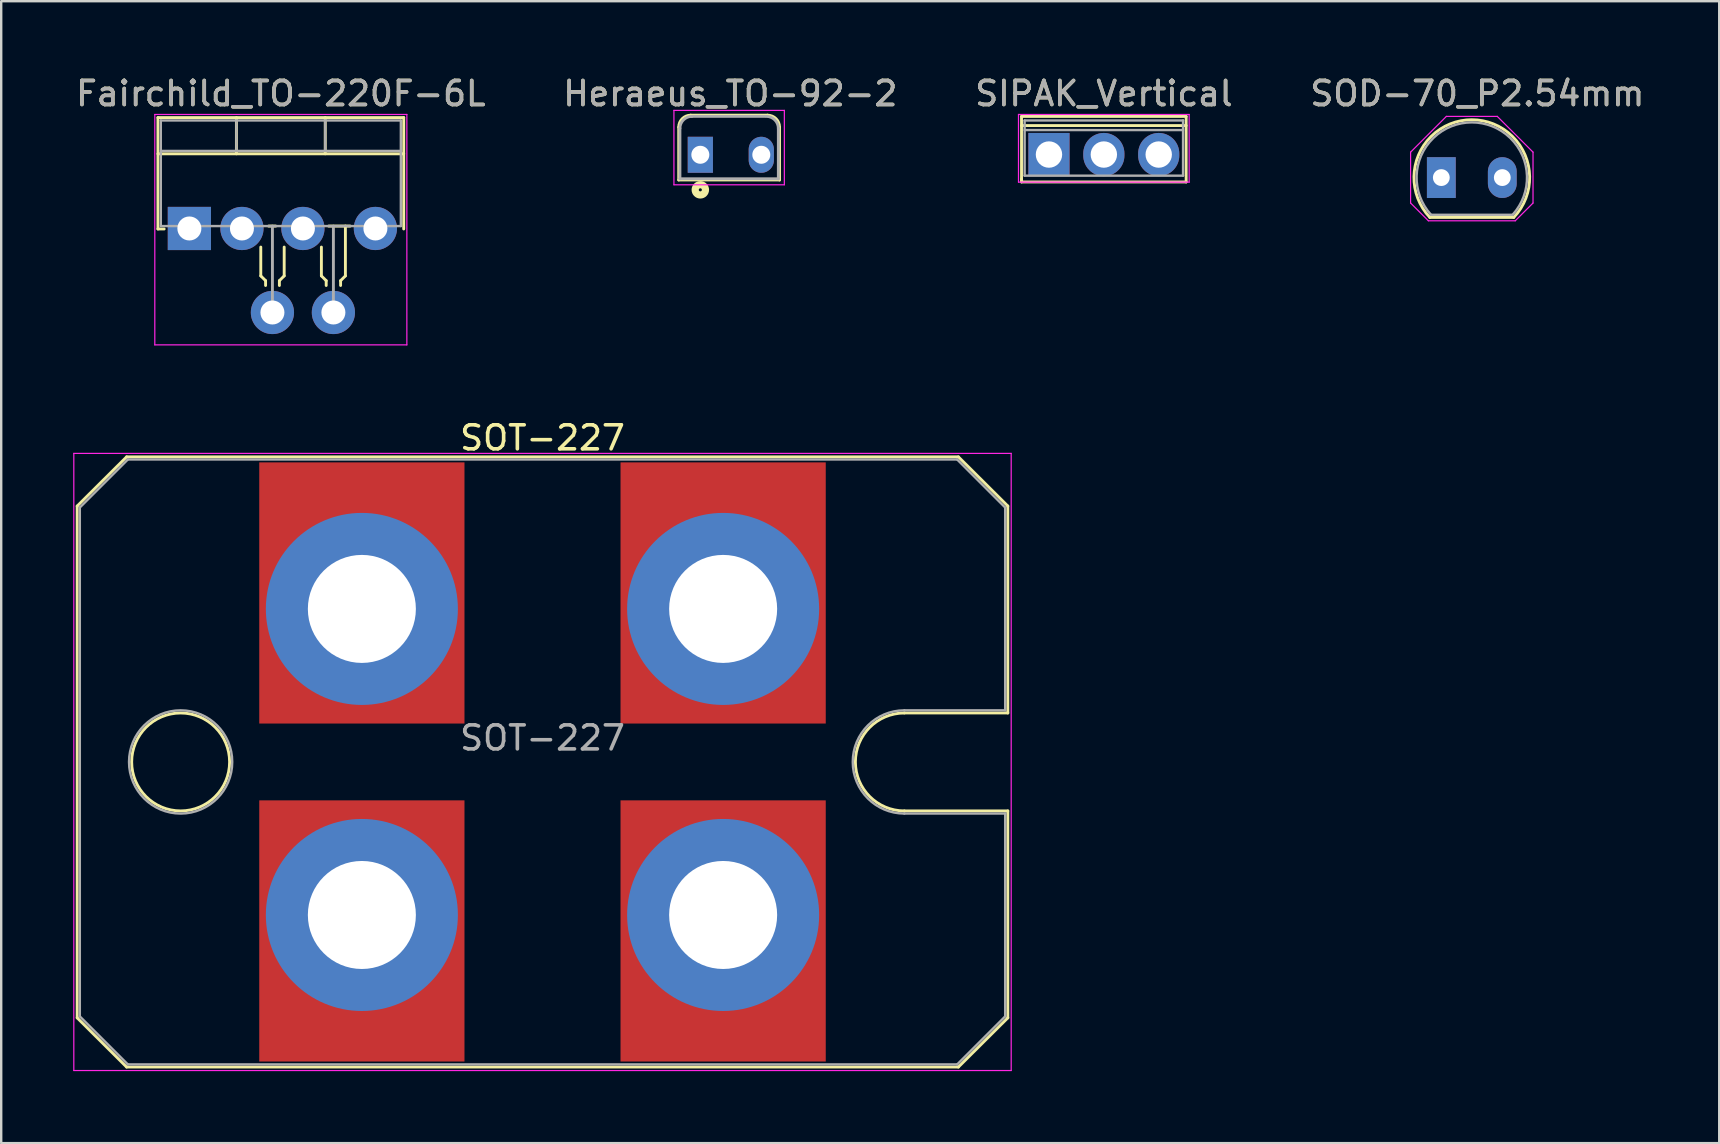
<source format=kicad_pcb>
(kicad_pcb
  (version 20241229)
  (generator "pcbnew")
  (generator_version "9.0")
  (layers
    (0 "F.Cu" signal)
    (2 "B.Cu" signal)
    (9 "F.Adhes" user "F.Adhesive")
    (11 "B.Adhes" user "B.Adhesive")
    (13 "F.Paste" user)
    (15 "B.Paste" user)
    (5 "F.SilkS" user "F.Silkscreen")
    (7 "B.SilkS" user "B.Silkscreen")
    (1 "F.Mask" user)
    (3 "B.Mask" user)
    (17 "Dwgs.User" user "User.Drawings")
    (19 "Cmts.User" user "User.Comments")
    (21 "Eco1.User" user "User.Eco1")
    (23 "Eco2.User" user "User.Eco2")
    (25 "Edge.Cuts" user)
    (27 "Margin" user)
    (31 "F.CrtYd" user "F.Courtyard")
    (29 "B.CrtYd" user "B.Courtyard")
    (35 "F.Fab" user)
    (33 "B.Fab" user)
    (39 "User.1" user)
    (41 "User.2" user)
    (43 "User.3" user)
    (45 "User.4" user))
  (footprint "Fairchild_TO-220F-6L"
    (layer "F.Cu")
    (at 4.839 6.468)
    (property "Reference" "Fairchild_TO-220F-6L" (at 3.81 -5.62 0) (layer "F.SilkS") (effects (font (size 1 1) (thickness 0.15))))
    (attr through_hole)
    (fp_line (start -1.31 -4.62) (end -1.31 0.021) (stroke (width 0.12) (type solid)) (layer "F.SilkS"))
    (fp_line (start -1.31 -4.62) (end 8.93 -4.62) (stroke (width 0.12) (type solid)) (layer "F.SilkS"))
    (fp_line (start -1.31 -3.111) (end 8.93 -3.111) (stroke (width 0.12) (type solid)) (layer "F.SilkS"))
    (fp_line (start -1.31 0.021) (end -1.05 0.021) (stroke (width 0.12) (type solid)) (layer "F.SilkS"))
    (fp_line (start 1.96 -4.62) (end 1.96 -3.111) (stroke (width 0.12) (type solid)) (layer "F.SilkS"))
    (fp_line (start 2.975 0.775) (end 2.975 1.975) (stroke (width 0.12) (type solid)) (layer "F.SilkS"))
    (fp_line (start 2.975 1.975) (end 3.175 2.175) (stroke (width 0.12) (type solid)) (layer "F.SilkS"))
    (fp_line (start 3.175 2.175) (end 3.175 2.375) (stroke (width 0.12) (type solid)) (layer "F.SilkS"))
    (fp_line (start 3.3 -0.1) (end 3.6 -0.1) (stroke (width 0.12) (type solid)) (layer "F.SilkS"))
    (fp_line (start 3.75 2.175) (end 3.75 2.375) (stroke (width 0.12) (type solid)) (layer "F.SilkS"))
    (fp_line (start 3.95 0.775) (end 3.95 1.975) (stroke (width 0.12) (type solid)) (layer "F.SilkS"))
    (fp_line (start 3.95 1.975) (end 3.75 2.175) (stroke (width 0.12) (type solid)) (layer "F.SilkS"))
    (fp_line (start 5.5 0.775) (end 5.5 1.975) (stroke (width 0.12) (type solid)) (layer "F.SilkS"))
    (fp_line (start 5.5 1.975) (end 5.7 2.175) (stroke (width 0.12) (type solid)) (layer "F.SilkS"))
    (fp_line (start 5.66 -4.62) (end 5.66 -3.111) (stroke (width 0.12) (type solid)) (layer "F.SilkS"))
    (fp_line (start 5.7 2.175) (end 5.7 2.375) (stroke (width 0.12) (type solid)) (layer "F.SilkS"))
    (fp_line (start 5.8 -0.1) (end 6.7 -0.1) (stroke (width 0.12) (type solid)) (layer "F.SilkS"))
    (fp_line (start 6.3 2.175) (end 6.3 2.375) (stroke (width 0.12) (type solid)) (layer "F.SilkS"))
    (fp_line (start 6.5 -0.1) (end 6.5 1.975) (stroke (width 0.12) (type solid)) (layer "F.SilkS"))
    (fp_line (start 6.5 1.975) (end 6.3 2.175) (stroke (width 0.12) (type solid)) (layer "F.SilkS"))
    (fp_line (start 8.93 -4.62) (end 8.93 0.021) (stroke (width 0.12) (type solid)) (layer "F.SilkS"))
    (fp_line (start -1.44 -4.75) (end -1.44 4.85) (stroke (width 0.05) (type solid)) (layer "F.CrtYd"))
    (fp_line (start -1.44 4.85) (end 9.06 4.85) (stroke (width 0.05) (type solid)) (layer "F.CrtYd"))
    (fp_line (start 9.06 -4.75) (end -1.44 -4.75) (stroke (width 0.05) (type solid)) (layer "F.CrtYd"))
    (fp_line (start 9.06 4.85) (end 9.06 -4.75) (stroke (width 0.05) (type solid)) (layer "F.CrtYd"))
    (fp_line (start -1.19 -4.5) (end -1.19 -0.1) (stroke (width 0.1) (type solid)) (layer "F.Fab"))
    (fp_line (start -1.19 -3.23) (end 8.81 -3.23) (stroke (width 0.1) (type solid)) (layer "F.Fab"))
    (fp_line (start -1.19 -0.1) (end 8.81 -0.1) (stroke (width 0.1) (type solid)) (layer "F.Fab"))
    (fp_line (start 0 -0.1) (end 0 0) (stroke (width 0.1) (type solid)) (layer "F.Fab"))
    (fp_line (start 1.96 -4.5) (end 1.96 -3.23) (stroke (width 0.1) (type solid)) (layer "F.Fab"))
    (fp_line (start 3.46 3.5) (end 3.46 -0.1) (stroke (width 0.12) (type solid)) (layer "F.Fab"))
    (fp_line (start 5.66 -4.5) (end 5.66 -3.23) (stroke (width 0.1) (type solid)) (layer "F.Fab"))
    (fp_line (start 6 3.5) (end 6 -0.1) (stroke (width 0.12) (type solid)) (layer "F.Fab"))
    (fp_line (start 8.81 -4.5) (end -1.19 -4.5) (stroke (width 0.1) (type solid)) (layer "F.Fab"))
    (fp_line (start 8.81 -0.1) (end 8.81 -4.5) (stroke (width 0.1) (type solid)) (layer "F.Fab"))
    (fp_text user "${REFERENCE}" (at 3.81 -5.62 0) (layer "F.Fab") (effects (font (size 1 1) (thickness 0.15))))
    (pad "1" thru_hole rect (at 0 0) (size 1.8 1.8) (drill 1) (layers "*.Cu" "*.Mask"))
    (pad "2" thru_hole oval (at 2.19 0) (size 1.8 1.8) (drill 1) (layers "*.Cu" "*.Mask"))
    (pad "3" thru_hole oval (at 3.46 3.5) (size 1.8 1.8) (drill 1) (layers "*.Cu" "*.Mask"))
    (pad "4" thru_hole oval (at 4.73 0) (size 1.8 1.8) (drill 1) (layers "*.Cu" "*.Mask"))
    (pad "5" thru_hole oval (at 6 3.5) (size 1.8 1.8) (drill 1) (layers "*.Cu" "*.Mask"))
    (pad "6" thru_hole oval (at 7.75 0) (size 1.8 1.8) (drill 1) (layers "*.Cu" "*.Mask")))
  (footprint "SOT-227"
    (layer "F.Cu")
    (at 12.025 22.317)
    (property "Reference" "SOT-227" (at 7.525 -7.125 0) (layer "F.SilkS") (effects (font (size 1 1) (thickness 0.15))))
    (attr through_hole)
    (fp_line (start -11.86 -4.285) (end -11.86 17.035) (stroke (width 0.12) (type solid)) (layer "F.SilkS"))
    (fp_line (start -11.86 -4.285) (end -9.8 -6.335) (stroke (width 0.12) (type solid)) (layer "F.SilkS"))
    (fp_line (start -11.86 17.035) (end -9.8 19.085) (stroke (width 0.12) (type solid)) (layer "F.SilkS"))
    (fp_line (start -9.8 -6.335) (end 24.85 -6.335) (stroke (width 0.12) (type solid)) (layer "F.SilkS"))
    (fp_line (start -9.8 19.085) (end 24.85 19.085) (stroke (width 0.12) (type solid)) (layer "F.SilkS"))
    (fp_line (start 22.6 4.335) (end 26.91 4.335) (stroke (width 0.12) (type solid)) (layer "F.SilkS"))
    (fp_line (start 22.6 8.415) (end 26.91 8.415) (stroke (width 0.12) (type solid)) (layer "F.SilkS"))
    (fp_line (start 26.91 -4.285) (end 24.85 -6.335) (stroke (width 0.12) (type solid)) (layer "F.SilkS"))
    (fp_line (start 26.91 -4.285) (end 26.91 4.335) (stroke (width 0.12) (type solid)) (layer "F.SilkS"))
    (fp_line (start 26.91 17.035) (end 24.85 19.085) (stroke (width 0.12) (type solid)) (layer "F.SilkS"))
    (fp_line (start 26.91 17.035) (end 26.91 8.415) (stroke (width 0.12) (type solid)) (layer "F.SilkS"))
    (fp_arc (start 22.6 8.415) (mid 20.56 6.375) (end 22.6 4.335) (stroke (width 0.12) (type solid)) (layer "F.SilkS"))
    (fp_circle (center -7.55 6.375) (end -5.51 6.375) (stroke (width 0.12) (type solid)) (fill no) (layer "F.SilkS"))
    (fp_line (start -12 -6.48) (end -12 19.23) (stroke (width 0.05) (type solid)) (layer "F.CrtYd"))
    (fp_line (start -12 -6.48) (end 27.05 -6.48) (stroke (width 0.05) (type solid)) (layer "F.CrtYd"))
    (fp_line (start -12 19.23) (end 27.05 19.23) (stroke (width 0.05) (type solid)) (layer "F.CrtYd"))
    (fp_line (start 27.05 -6.48) (end 27.05 19.23) (stroke (width 0.05) (type solid)) (layer "F.CrtYd"))
    (fp_line (start -11.75 -4.225) (end -9.75 -6.225) (stroke (width 0.1) (type solid)) (layer "F.Fab"))
    (fp_line (start -11.75 16.975) (end -11.75 -4.225) (stroke (width 0.1) (type solid)) (layer "F.Fab"))
    (fp_line (start -11.75 16.975) (end -9.75 18.975) (stroke (width 0.1) (type solid)) (layer "F.Fab"))
    (fp_line (start -9.75 -6.225) (end 24.8 -6.225) (stroke (width 0.1) (type solid)) (layer "F.Fab"))
    (fp_line (start 22.6 4.225) (end 26.8 4.225) (stroke (width 0.1) (type solid)) (layer "F.Fab"))
    (fp_line (start 22.6 8.525) (end 26.8 8.525) (stroke (width 0.1) (type solid)) (layer "F.Fab"))
    (fp_line (start 24.8 18.975) (end -9.75 18.975) (stroke (width 0.1) (type solid)) (layer "F.Fab"))
    (fp_line (start 26.8 -4.225) (end 24.8 -6.225) (stroke (width 0.1) (type solid)) (layer "F.Fab"))
    (fp_line (start 26.8 -4.225) (end 26.8 4.225) (stroke (width 0.1) (type solid)) (layer "F.Fab"))
    (fp_line (start 26.8 8.525) (end 26.8 16.975) (stroke (width 0.1) (type solid)) (layer "F.Fab"))
    (fp_line (start 26.8 16.975) (end 24.8 18.975) (stroke (width 0.1) (type solid)) (layer "F.Fab"))
    (fp_arc (start 22.6 8.525) (mid 20.45 6.375) (end 22.6 4.225) (stroke (width 0.1) (type solid)) (layer "F.Fab"))
    (fp_circle (center -7.55 6.375) (end -5.4 6.375) (stroke (width 0.1) (type solid)) (fill no) (layer "F.Fab"))
    (fp_text user "${REFERENCE}" (at 7.525 5.375 0) (layer "F.Fab") (effects (font (size 1 1) (thickness 0.15))))
    (pad "1" smd rect (at 0 -0.665) (size 8.55 10.88) (layers "F.Cu" "F.Mask"))
    (pad "1" thru_hole circle (at 0 0) (size 8 8) (drill 4.5) (layers "*.Cu" "*.Mask"))
    (pad "2" smd rect (at 15.05 -0.665) (size 8.55 10.88) (layers "F.Cu" "F.Mask"))
    (pad "2" thru_hole circle (at 15.05 0) (size 8 8) (drill 4.5) (layers "*.Cu" "*.Mask"))
    (pad "3" thru_hole circle (at 15.05 12.75) (size 8 8) (drill 4.5) (layers "*.Cu" "*.Mask"))
    (pad "3" smd rect (at 15.05 13.415) (size 8.55 10.88) (layers "F.Cu" "F.Mask"))
    (pad "4" thru_hole circle (at 0 12.75) (size 8 8) (drill 4.5) (layers "*.Cu" "*.Mask"))
    (pad "4" smd rect (at 0 13.415) (size 8.55 10.88) (layers "F.Cu" "F.Mask")))
  (footprint "SIPAK_Vertical"
    (layer "F.Cu")
    (at 40.649 3.388)
    (property "Reference" "SIPAK_Vertical" (at 2.286 -2.54 0) (layer "F.SilkS") (effects (font (size 1 1) (thickness 0.15))))
    (attr through_hole)
    (fp_line (start -1.143 -1.587) (end -1.143 1.016) (stroke (width 0.12) (type solid)) (layer "F.SilkS"))
    (fp_line (start -1.143 1.016) (end -1.143 1.079) (stroke (width 0.12) (type solid)) (layer "F.SilkS"))
    (fp_line (start -1.143 1.079) (end -1.143 1.143) (stroke (width 0.12) (type solid)) (layer "F.SilkS"))
    (fp_line (start -1.143 1.143) (end 5.715 1.143) (stroke (width 0.12) (type solid)) (layer "F.SilkS"))
    (fp_line (start 5.715 -1.587) (end -1.143 -1.587) (stroke (width 0.12) (type solid)) (layer "F.SilkS"))
    (fp_line (start 5.715 -1.587) (end 5.715 1.143) (stroke (width 0.12) (type solid)) (layer "F.SilkS"))
    (fp_line (start 5.715 -1.206) (end -1.143 -1.206) (stroke (width 0.12) (type solid)) (layer "F.SilkS"))
    (fp_line (start -1.27 -1.67) (end -1.27 1.15) (stroke (width 0.05) (type solid)) (layer "F.CrtYd"))
    (fp_line (start -1.27 1.15) (end 5.84 1.15) (stroke (width 0.05) (type solid)) (layer "F.CrtYd"))
    (fp_line (start 5.84 -1.67) (end -1.27 -1.67) (stroke (width 0.05) (type solid)) (layer "F.CrtYd"))
    (fp_line (start 5.84 1.15) (end 5.84 -1.67) (stroke (width 0.05) (type solid)) (layer "F.CrtYd"))
    (fp_line (start -1.014 -1.42) (end -1.014 0.88) (stroke (width 0.1) (type solid)) (layer "F.Fab"))
    (fp_line (start -1.014 -1.02) (end 5.586 -1.02) (stroke (width 0.1) (type solid)) (layer "F.Fab"))
    (fp_line (start -1.014 0.88) (end 5.586 0.88) (stroke (width 0.1) (type solid)) (layer "F.Fab"))
    (fp_line (start 5.586 -1.42) (end -1.014 -1.42) (stroke (width 0.1) (type solid)) (layer "F.Fab"))
    (fp_line (start 5.586 0.88) (end 5.586 -1.42) (stroke (width 0.1) (type solid)) (layer "F.Fab"))
    (fp_text user "${REFERENCE}" (at 2.286 -2.54 0) (layer "F.Fab") (effects (font (size 1 1) (thickness 0.15))))
    (pad "1" thru_hole rect (at 0 0) (size 1.714 1.8) (drill 1.1) (layers "*.Cu" "*.Mask"))
    (pad "2" thru_hole oval (at 2.286 0) (size 1.714 1.8) (drill 1.1) (layers "*.Cu" "*.Mask"))
    (pad "3" thru_hole oval (at 4.572 0) (size 1.714 1.8) (drill 1.1) (layers "*.Cu" "*.Mask")))
  (footprint "Heraeus_TO-92-2"
    (layer "F.Cu")
    (at 26.125 3.398)
    (property "Reference" "Heraeus_TO-92-2" (at 1.25 -2.55 0) (layer "F.SilkS") (effects (font (size 1 1) (thickness 0.15))))
    (attr through_hole)
    (fp_line (start -0.9 1.05) (end -0.9 -1.15) (stroke (width 0.12) (type solid)) (layer "F.SilkS"))
    (fp_line (start -0.4 -1.65) (end 2.8 -1.65) (stroke (width 0.12) (type solid)) (layer "F.SilkS"))
    (fp_line (start 3.3 -1.15) (end 3.3 1.05) (stroke (width 0.12) (type solid)) (layer "F.SilkS"))
    (fp_line (start 3.3 1.05) (end -0.9 1.05) (stroke (width 0.12) (type solid)) (layer "F.SilkS"))
    (fp_arc (start -0.9 -1.15) (mid -0.753553 -1.503553) (end -0.4 -1.65) (stroke (width 0.12) (type solid)) (layer "F.SilkS"))
    (fp_arc (start 2.8 -1.65) (mid 3.153553 -1.503553) (end 3.3 -1.15) (stroke (width 0.12) (type solid)) (layer "F.SilkS"))
    (fp_circle (center 0 1.46) (end 0.064 1.46) (stroke (width 0.3) (type solid)) (fill no) (layer "F.SilkS"))
    (fp_line (start -1.1 -1.85) (end -1.1 1.25) (stroke (width 0.05) (type solid)) (layer "F.CrtYd"))
    (fp_line (start -1.1 1.25) (end 3.5 1.25) (stroke (width 0.05) (type solid)) (layer "F.CrtYd"))
    (fp_line (start 3.5 -1.85) (end -1.1 -1.85) (stroke (width 0.05) (type solid)) (layer "F.CrtYd"))
    (fp_line (start 3.5 1.25) (end 3.5 -1.85) (stroke (width 0.05) (type solid)) (layer "F.CrtYd"))
    (fp_line (start -0.85 -1.1) (end -0.85 1) (stroke (width 0.12) (type solid)) (layer "F.Fab"))
    (fp_line (start -0.85 1) (end 3.25 1) (stroke (width 0.12) (type solid)) (layer "F.Fab"))
    (fp_line (start 2.7 -1.6) (end -0.35 -1.6) (stroke (width 0.12) (type solid)) (layer "F.Fab"))
    (fp_line (start 3.25 1) (end 3.25 -1.1) (stroke (width 0.12) (type solid)) (layer "F.Fab"))
    (fp_arc (start -0.85 -1.1) (mid -0.703553 -1.453553) (end -0.35 -1.6) (stroke (width 0.12) (type solid)) (layer "F.Fab"))
    (fp_arc (start 2.75 -1.6) (mid 3.103553 -1.453553) (end 3.25 -1.1) (stroke (width 0.12) (type solid)) (layer "F.Fab"))
    (fp_text user "${REFERENCE}" (at 1.25 -2.55 0) (layer "F.Fab") (effects (font (size 1 1) (thickness 0.15))))
    (pad "1" thru_hole rect (at 0 0 180) (size 1.05 1.5) (drill 0.75) (layers "*.Cu" "*.Mask"))
    (pad "2" thru_hole oval (at 2.54 0 180) (size 1.05 1.5) (drill 0.75) (layers "*.Cu" "*.Mask")))
  (footprint "SOD-70_P2.54mm"
    (layer "F.Cu")
    (at 56.994 4.348)
    (property "Reference" "SOD-70_P2.54mm" (at 1.5 -3.5 0) (layer "F.SilkS") (effects (font (size 1 1) (thickness 0.15))))
    (attr through_hole)
    (fp_line (start 3.017 1.66) (end -0.477 1.66) (stroke (width 0.12) (type solid)) (layer "F.SilkS"))
    (fp_arc (start -0.477141 1.66) (mid 1.27 -2.41) (end 3.017141 1.66) (stroke (width 0.12) (type solid)) (layer "F.SilkS"))
    (fp_line (start -1.28 1.06) (end -1.28 -1.06) (stroke (width 0.05) (type solid)) (layer "F.CrtYd"))
    (fp_line (start -1.28 1.06) (end -0.54 1.8) (stroke (width 0.05) (type solid)) (layer "F.CrtYd"))
    (fp_line (start 0.21 -2.55) (end -1.28 -1.06) (stroke (width 0.05) (type solid)) (layer "F.CrtYd"))
    (fp_line (start 0.21 -2.55) (end 2.33 -2.55) (stroke (width 0.05) (type solid)) (layer "F.CrtYd"))
    (fp_line (start 2.33 -2.55) (end 3.82 -1.06) (stroke (width 0.05) (type solid)) (layer "F.CrtYd"))
    (fp_line (start 3.08 1.8) (end -0.54 1.8) (stroke (width 0.05) (type solid)) (layer "F.CrtYd"))
    (fp_line (start 3.08 1.8) (end 3.82 1.06) (stroke (width 0.05) (type solid)) (layer "F.CrtYd"))
    (fp_line (start 3.82 -1.06) (end 3.82 1.06) (stroke (width 0.05) (type solid)) (layer "F.CrtYd"))
    (fp_line (start 2.969 1.55) (end -0.429 1.55) (stroke (width 0.1) (type solid)) (layer "F.Fab"))
    (fp_arc (start -0.429265 1.55) (mid 1.27 -2.3) (end 2.969265 1.55) (stroke (width 0.1) (type solid)) (layer "F.Fab"))
    (fp_text user "${REFERENCE}" (at 1.5 -3.5 0) (layer "F.Fab") (effects (font (size 1 1) (thickness 0.15))))
    (pad "1" thru_hole rect (at 0 0) (size 1.2 1.7) (drill 0.7) (layers "*.Cu" "*.Mask"))
    (pad "2" thru_hole oval (at 2.54 0) (size 1.2 1.7) (drill 0.7) (layers "*.Cu" "*.Mask")))
  (gr_rect
    (start -3 -3)
    (end 68.571 44.572)
    (stroke (width 0.1) (type default))
    (fill no)
    (layer "Edge.Cuts")))
</source>
